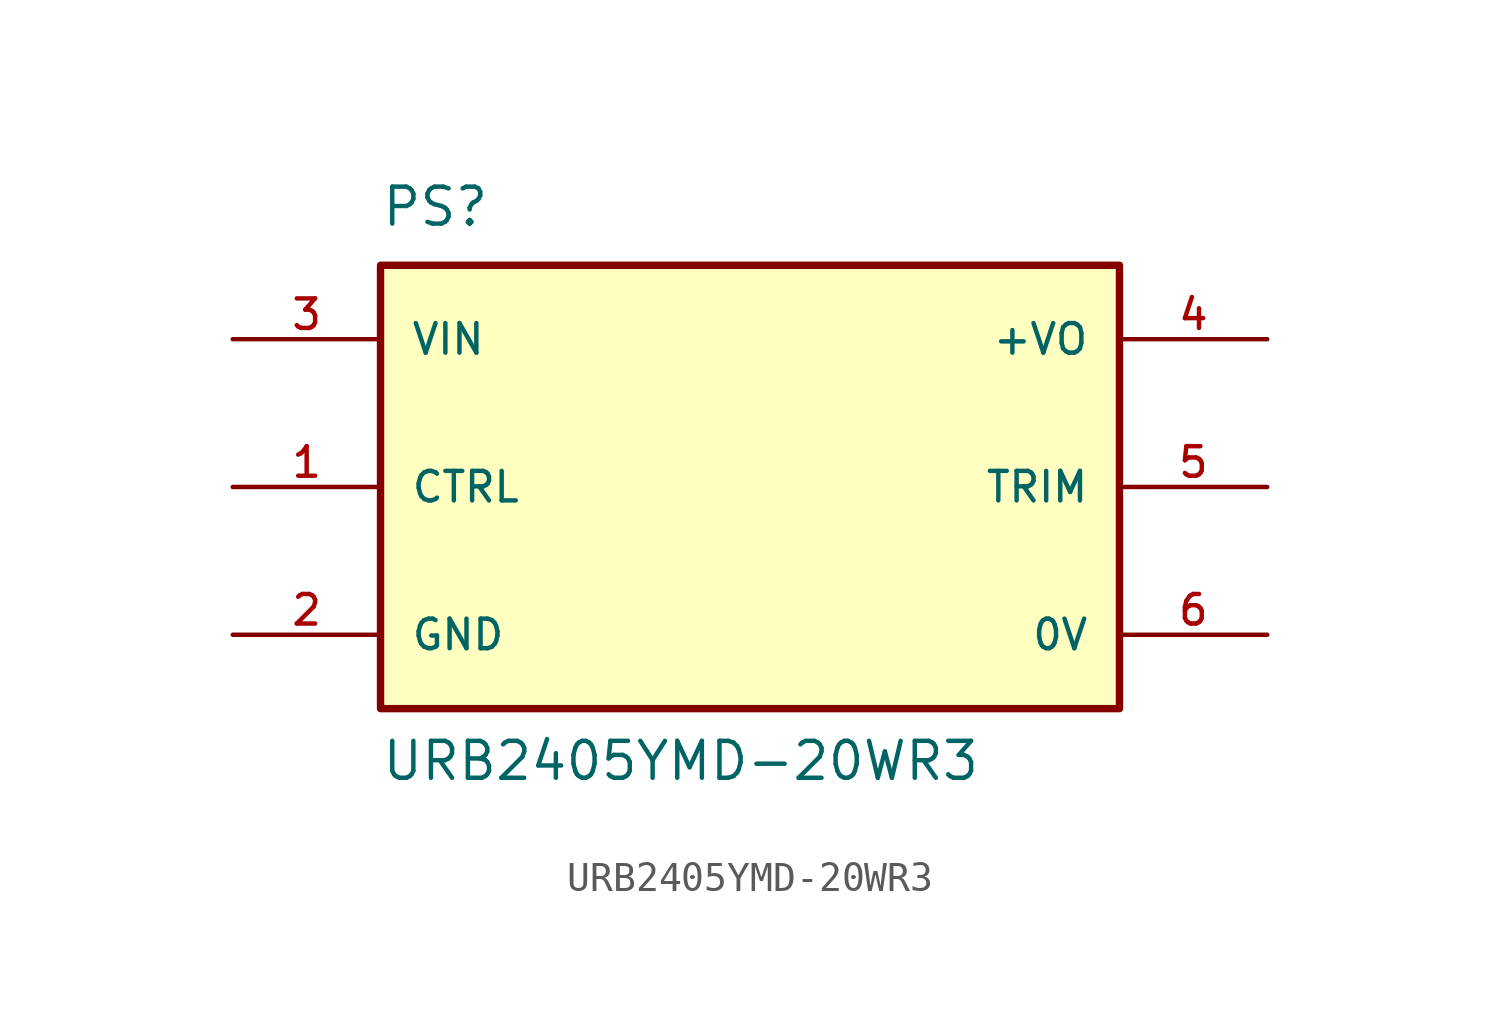
<source format=kicad_sym>
(kicad_symbol_lib
  (version 20211014)
  (generator kicad_symbol_editor)
  (symbol "URB2405YMD-20WR3"
    (pin_names
      (offset 1.016))
    (property "Reference" "PS"
      (at -12.7 8.89 0)
      (effects (font (size 1.27 1.27)) (justify bottom left)))
    (property "Value" "URB2405YMD-20WR3"
      (at -12.7 -10.16 0)
      (effects (font (size 1.27 1.27)) (justify bottom left)))
    (symbol "URB2405YMD-20WR3_0_0"
      (rectangle (start -12.7 -7.62) (end 12.7 7.62) (stroke (width 0.254)) (fill (type background)))
      (pin input line (at -17.78 5.08 0) (length 5.08) (name "VIN" (effects (font (size 1.016 1.016)))) (number "3" (effects (font (size 1.016 1.016)))))
      (pin output line (at 17.78 5.08 180.0) (length 5.08) (name "+VO" (effects (font (size 1.016 1.016)))) (number "4" (effects (font (size 1.016 1.016)))))
      (pin power_in line (at -17.78 -5.08 0) (length 5.08) (name "GND" (effects (font (size 1.016 1.016)))) (number "2" (effects (font (size 1.016 1.016)))))
      (pin passive line (at 17.78 -5.08 180.0) (length 5.08) (name "0V" (effects (font (size 1.016 1.016)))) (number "6" (effects (font (size 1.016 1.016)))))
      (pin input line (at -17.78 0.0 0) (length 5.08) (name "CTRL" (effects (font (size 1.016 1.016)))) (number "1" (effects (font (size 1.016 1.016)))))
      (pin passive line (at 17.78 0.0 180.0) (length 5.08) (name "TRIM" (effects (font (size 1.016 1.016)))) (number "5" (effects (font (size 1.016 1.016))))))))
</source>
